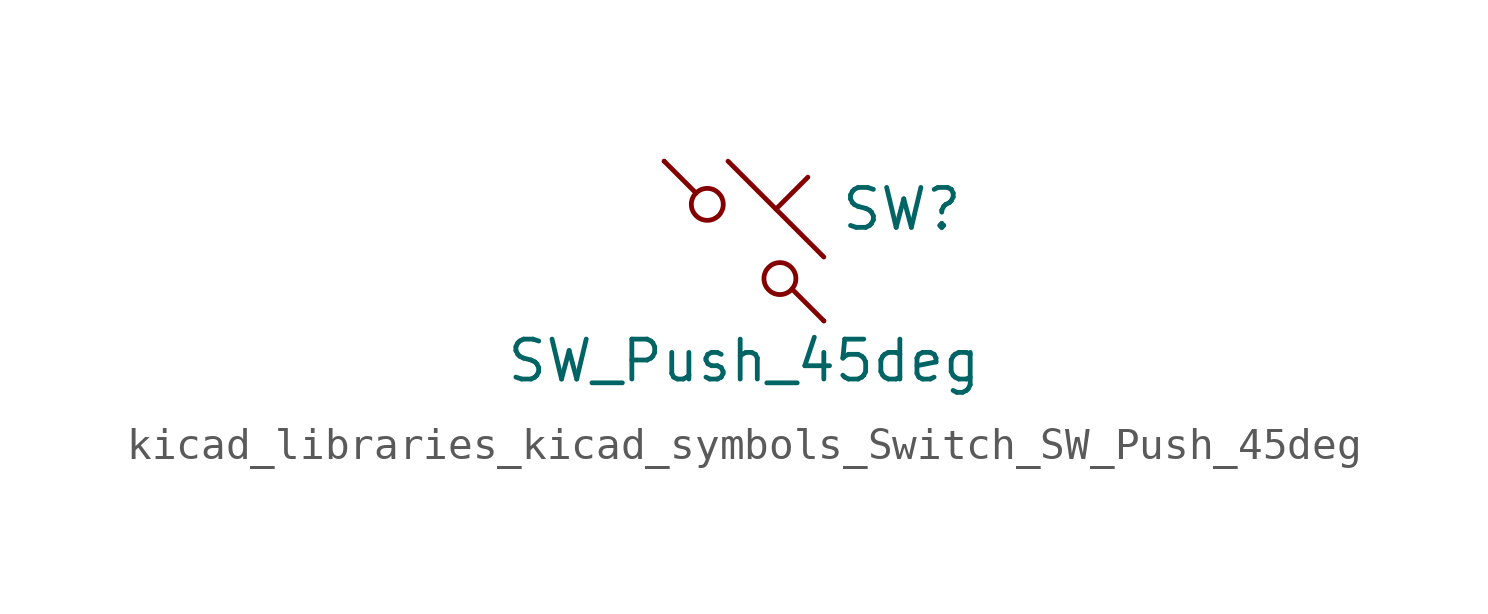
<source format=kicad_sym>
(kicad_symbol_lib
  (version 20220914)
  (generator kicad_symbol_editor)
  (symbol "kicad_libraries_kicad_symbols_Switch_SW_Push_45deg"
    (pin_numbers hide)
    (pin_names
      (offset 1.016) hide)
    (property "Reference" "SW"
      (at 3.048 1.016 0)
      (effects (font (size 1.27 1.27)) (justify left)))
    (property "Value" "SW_Push_45deg"
      (at 0 -3.81 0)
      (effects (font (size 1.27 1.27))))
    (symbol "kicad_libraries_kicad_symbols_Switch_SW_Push_45deg_0_1"
      (circle (center -1.168 1.168) (radius 0.508) (stroke (width 0) (type default)) (fill (type none)))
      (polyline (pts (xy -0.508 2.54) (xy 2.54 -0.508)) (stroke (width 0) (type default)) (fill (type none)))
      (polyline (pts (xy 1.016 1.016) (xy 2.032 2.032)) (stroke (width 0) (type default)) (fill (type none)))
      (polyline (pts (xy -2.54 2.54) (xy -1.524 1.524) (xy -1.524 1.524)) (stroke (width 0) (type default)) (fill (type none)))
      (polyline (pts (xy 1.524 -1.524) (xy 2.54 -2.54) (xy 2.54 -2.54) (xy 2.54 -2.54)) (stroke (width 0) (type default)) (fill (type none)))
      (circle (center 1.143 -1.194) (radius 0.508) (stroke (width 0) (type default)) (fill (type none)))
      (pin passive line (at -2.54 2.54 0) (length 0) (name "1" (effects (font (size 1.27 1.27)))) (number "1" (effects (font (size 1.27 1.27)))))
      (pin passive line (at 2.54 -2.54 180) (length 0) (name "2" (effects (font (size 1.27 1.27)))) (number "2" (effects (font (size 1.27 1.27))))))))
</source>
